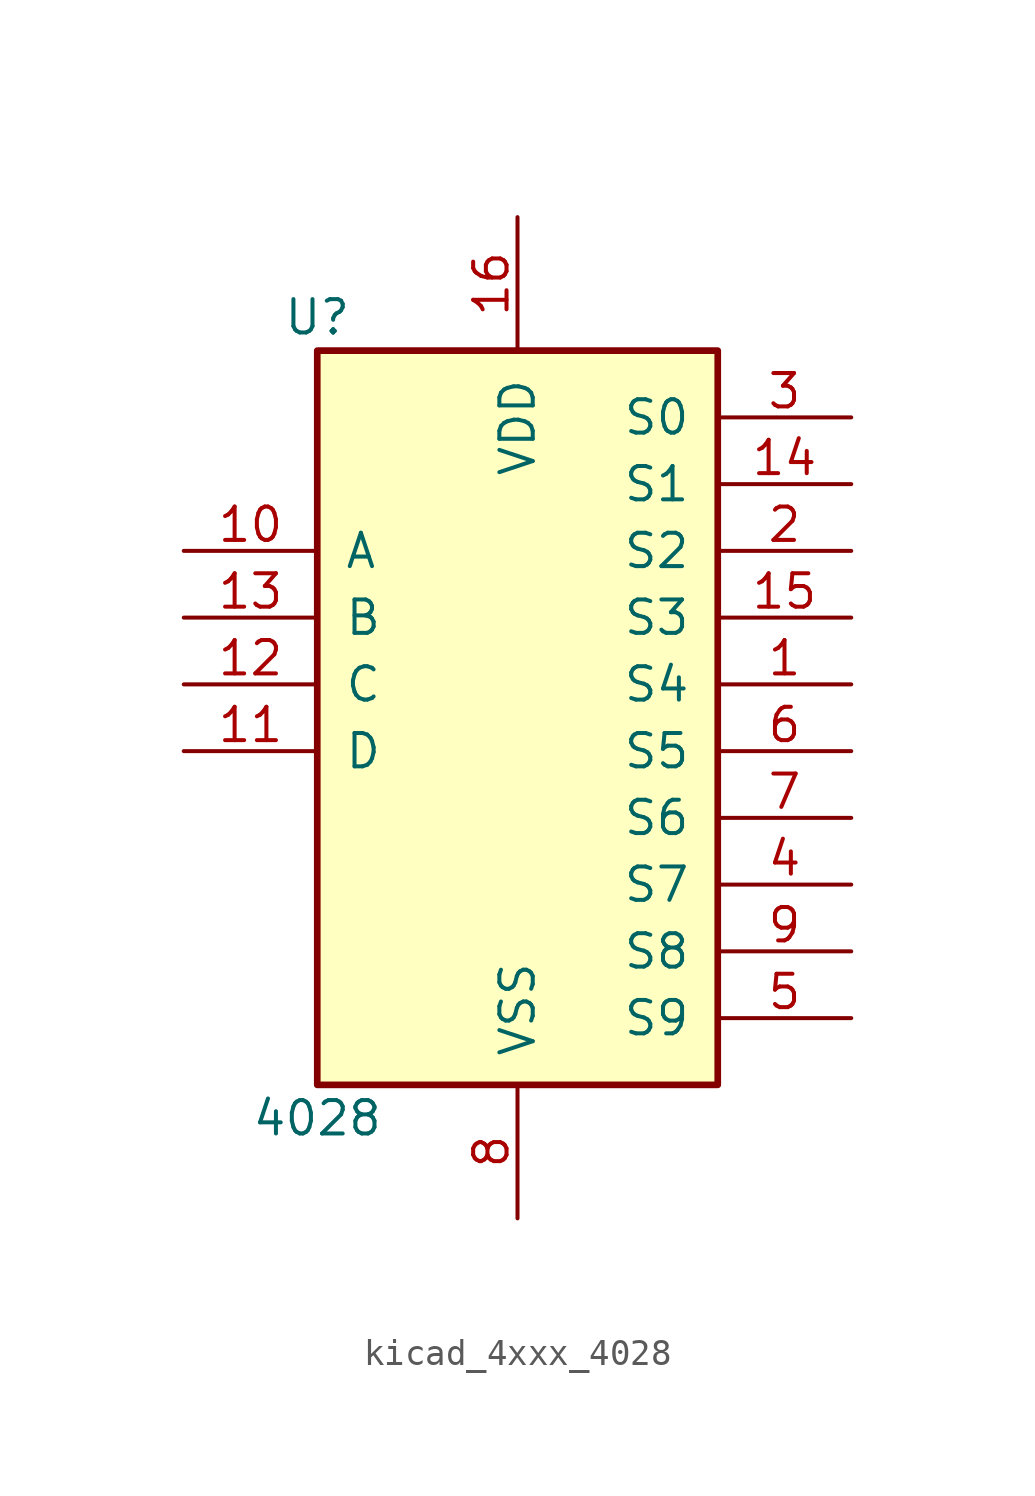
<source format=kicad_sym>
(kicad_symbol_lib
  (version 20220914)
  (generator kicad_symbol_editor)
  (symbol "kicad_4xxx_4028"
    (pin_names
      (offset 1.016))
    (property "Reference" "U"
      (at -7.62 13.97 0)
      (effects (font (size 1.27 1.27))))
    (property "Value" "4028"
      (at -7.62 -16.51 0)
      (effects (font (size 1.27 1.27))))
    (property "ki_locked" ""
      (at 0 0 0)
      (effects (font (size 1.27 1.27))))
    (symbol "kicad_4xxx_4028_1_0"
      (pin output line (at 12.7 0 180) (length 5.08) (name "S4" (effects (font (size 1.27 1.27)))) (number "1" (effects (font (size 1.27 1.27)))))
      (pin input line (at -12.7 5.08 0) (length 5.08) (name "A" (effects (font (size 1.27 1.27)))) (number "10" (effects (font (size 1.27 1.27)))))
      (pin input line (at -12.7 -2.54 0) (length 5.08) (name "D" (effects (font (size 1.27 1.27)))) (number "11" (effects (font (size 1.27 1.27)))))
      (pin input line (at -12.7 0 0) (length 5.08) (name "C" (effects (font (size 1.27 1.27)))) (number "12" (effects (font (size 1.27 1.27)))))
      (pin input line (at -12.7 2.54 0) (length 5.08) (name "B" (effects (font (size 1.27 1.27)))) (number "13" (effects (font (size 1.27 1.27)))))
      (pin output line (at 12.7 7.62 180) (length 5.08) (name "S1" (effects (font (size 1.27 1.27)))) (number "14" (effects (font (size 1.27 1.27)))))
      (pin output line (at 12.7 2.54 180) (length 5.08) (name "S3" (effects (font (size 1.27 1.27)))) (number "15" (effects (font (size 1.27 1.27)))))
      (pin power_in line (at 0 17.78 270) (length 5.08) (name "VDD" (effects (font (size 1.27 1.27)))) (number "16" (effects (font (size 1.27 1.27)))))
      (pin output line (at 12.7 5.08 180) (length 5.08) (name "S2" (effects (font (size 1.27 1.27)))) (number "2" (effects (font (size 1.27 1.27)))))
      (pin output line (at 12.7 10.16 180) (length 5.08) (name "S0" (effects (font (size 1.27 1.27)))) (number "3" (effects (font (size 1.27 1.27)))))
      (pin output line (at 12.7 -7.62 180) (length 5.08) (name "S7" (effects (font (size 1.27 1.27)))) (number "4" (effects (font (size 1.27 1.27)))))
      (pin output line (at 12.7 -12.7 180) (length 5.08) (name "S9" (effects (font (size 1.27 1.27)))) (number "5" (effects (font (size 1.27 1.27)))))
      (pin output line (at 12.7 -2.54 180) (length 5.08) (name "S5" (effects (font (size 1.27 1.27)))) (number "6" (effects (font (size 1.27 1.27)))))
      (pin output line (at 12.7 -5.08 180) (length 5.08) (name "S6" (effects (font (size 1.27 1.27)))) (number "7" (effects (font (size 1.27 1.27)))))
      (pin power_in line (at 0 -20.32 90) (length 5.08) (name "VSS" (effects (font (size 1.27 1.27)))) (number "8" (effects (font (size 1.27 1.27)))))
      (pin output line (at 12.7 -10.16 180) (length 5.08) (name "S8" (effects (font (size 1.27 1.27)))) (number "9" (effects (font (size 1.27 1.27))))))
    (symbol "kicad_4xxx_4028_1_1"
      (rectangle (start -7.62 12.7) (end 7.62 -15.24) (stroke (width 0.254) (type default)) (fill (type background))))))
</source>
